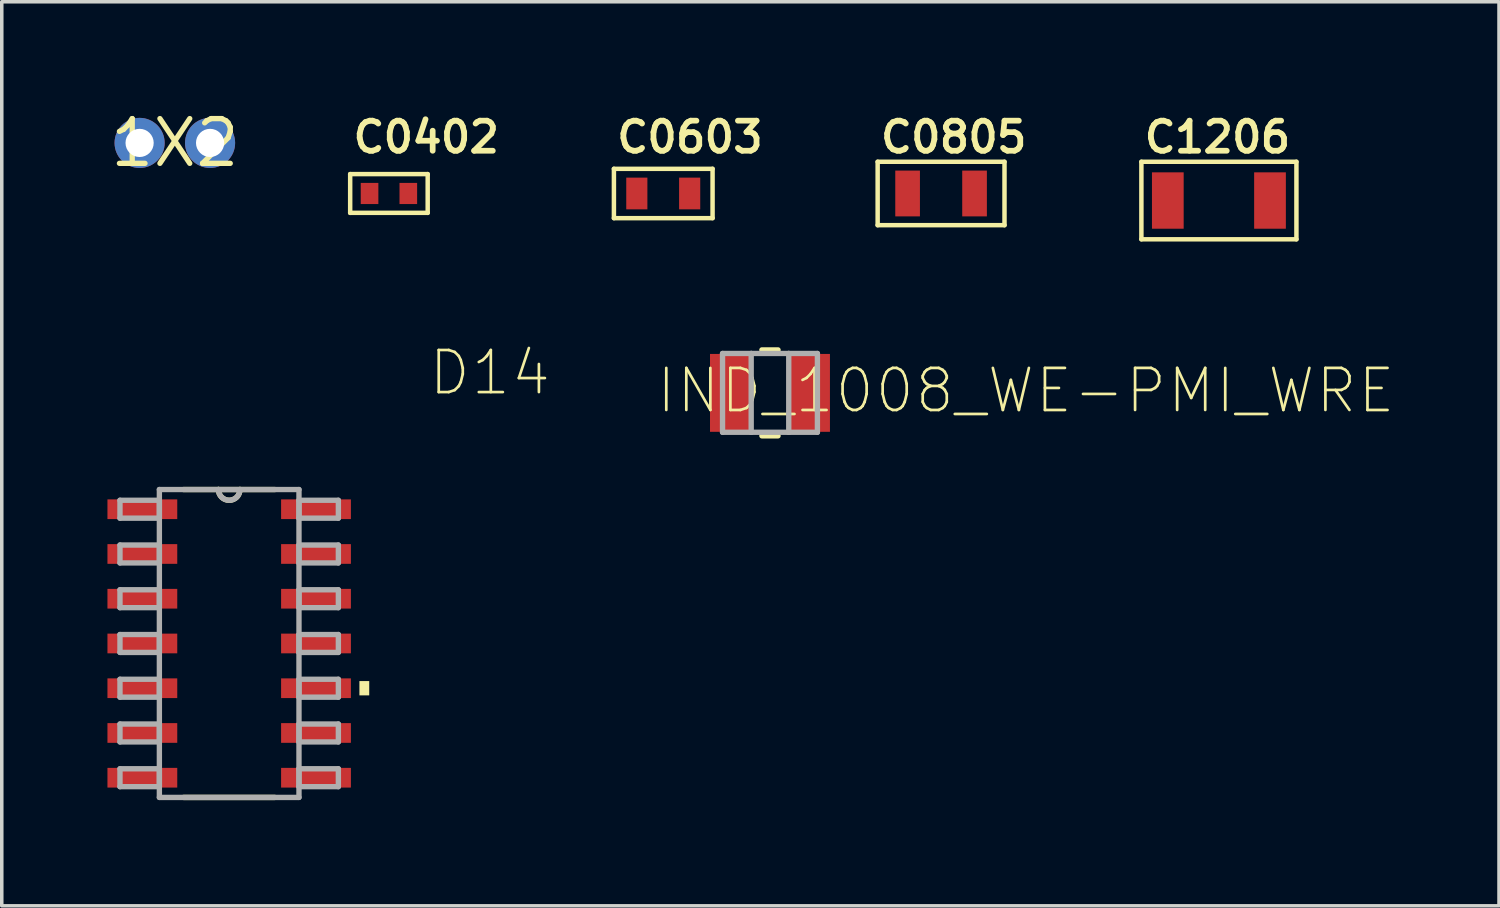
<source format=kicad_pcb>
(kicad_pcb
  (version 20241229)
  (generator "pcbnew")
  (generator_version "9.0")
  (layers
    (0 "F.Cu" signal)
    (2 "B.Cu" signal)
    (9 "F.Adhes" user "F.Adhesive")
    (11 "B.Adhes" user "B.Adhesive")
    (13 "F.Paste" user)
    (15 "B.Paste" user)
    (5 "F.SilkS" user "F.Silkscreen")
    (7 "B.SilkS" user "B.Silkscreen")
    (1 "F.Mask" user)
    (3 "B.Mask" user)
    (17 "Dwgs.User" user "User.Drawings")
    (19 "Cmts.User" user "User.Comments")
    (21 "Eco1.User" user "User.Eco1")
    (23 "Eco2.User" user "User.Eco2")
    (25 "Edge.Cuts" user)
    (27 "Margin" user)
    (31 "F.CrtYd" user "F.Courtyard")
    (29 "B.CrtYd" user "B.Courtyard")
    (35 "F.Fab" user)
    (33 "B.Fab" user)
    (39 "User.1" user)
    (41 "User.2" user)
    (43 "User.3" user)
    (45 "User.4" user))
  (footprint "C0603"
    (layer "F.Cu")
    (at 15.773 2.441)
    (property "Reference" "C0603" (at -1.4 -1.1 0) (unlocked yes) (layer "F.SilkS") (effects (font (size 0.853 0.853) (thickness 0.163)) (justify left bottom)))
    (fp_line (start -1.4 -0.7) (end -1.4 0.7) (stroke (width 0.127) (type solid)) (layer "F.SilkS"))
    (fp_line (start -1.4 0.7) (end 1.4 0.7) (stroke (width 0.127) (type solid)) (layer "F.SilkS"))
    (fp_line (start 1.4 -0.7) (end -1.4 -0.7) (stroke (width 0.127) (type solid)) (layer "F.SilkS"))
    (fp_line (start 1.4 0.7) (end 1.4 -0.7) (stroke (width 0.127) (type solid)) (layer "F.SilkS"))
    (pad "P$1" smd rect (at -0.75 0 180) (size 0.6 0.9) (layers "F.Cu" "F.Mask" "F.Paste"))
    (pad "P$2" smd rect (at 0.75 0 180) (size 0.6 0.9) (layers "F.Cu" "F.Mask" "F.Paste")))
  (footprint "IND_1008_WE-PMI_WRE"
    (layer "F.Cu")
    (at 18.802 8.1)
    (property "Reference" "IND_1008_WE-PMI_WRE" (at -3.277 0.635 0) (unlocked yes) (layer "F.SilkS") (effects (font (size 1.194 1.194) (thickness 0.076)) (justify left bottom)))
    (fp_line (start -0.229 1.219) (end 0.229 1.219) (stroke (width 0.152) (type solid)) (layer "F.SilkS"))
    (fp_line (start 0.229 -1.219) (end -0.229 -1.219) (stroke (width 0.152) (type solid)) (layer "F.SilkS"))
    (fp_line (start -1.346 -1.118) (end -1.346 1.118) (stroke (width 0.152) (type solid)) (layer "F.Fab"))
    (fp_line (start -1.346 1.118) (end -0.533 1.118) (stroke (width 0.152) (type solid)) (layer "F.Fab"))
    (fp_line (start -0.533 -1.118) (end -1.346 -1.118) (stroke (width 0.152) (type solid)) (layer "F.Fab"))
    (fp_line (start -0.533 1.118) (end -0.533 -1.118) (stroke (width 0.152) (type solid)) (layer "F.Fab"))
    (fp_line (start -0.533 1.118) (end 0.533 1.118) (stroke (width 0.152) (type solid)) (layer "F.Fab"))
    (fp_line (start 0.533 -1.118) (end -0.533 -1.118) (stroke (width 0.152) (type solid)) (layer "F.Fab"))
    (fp_line (start 0.533 -1.118) (end 0.533 1.118) (stroke (width 0.152) (type solid)) (layer "F.Fab"))
    (fp_line (start 0.533 1.118) (end 1.346 1.118) (stroke (width 0.152) (type solid)) (layer "F.Fab"))
    (fp_line (start 1.346 -1.118) (end 0.533 -1.118) (stroke (width 0.152) (type solid)) (layer "F.Fab"))
    (fp_line (start 1.346 1.118) (end 1.346 -1.118) (stroke (width 0.152) (type solid)) (layer "F.Fab"))
    (pad "1" smd rect (at -1.118 0) (size 1.168 2.21) (layers "F.Cu" "F.Mask" "F.Paste"))
    (pad "2" smd rect (at 1.118 0) (size 1.168 2.21) (layers "F.Cu" "F.Mask" "F.Paste")))
  (footprint "C0402"
    (layer "F.Cu")
    (at 7.988 2.441)
    (property "Reference" "C0402" (at -1.1 -1.1 0) (unlocked yes) (layer "F.SilkS") (effects (font (size 0.853 0.853) (thickness 0.163)) (justify left bottom)))
    (fp_line (start -1.1 -0.55) (end -1.1 0.55) (stroke (width 0.127) (type solid)) (layer "F.SilkS"))
    (fp_line (start -1.1 0.55) (end 1.1 0.55) (stroke (width 0.127) (type solid)) (layer "F.SilkS"))
    (fp_line (start 1.1 -0.55) (end -1.1 -0.55) (stroke (width 0.127) (type solid)) (layer "F.SilkS"))
    (fp_line (start 1.1 0.55) (end 1.1 -0.55) (stroke (width 0.127) (type solid)) (layer "F.SilkS"))
    (pad "P$1" smd rect (at -0.55 0 180) (size 0.5 0.6) (layers "F.Cu" "F.Mask" "F.Paste"))
    (pad "P$2" smd rect (at 0.55 0 180) (size 0.5 0.6) (layers "F.Cu" "F.Mask" "F.Paste")))
  (footprint "C1206"
    (layer "F.Cu")
    (at 31.543 2.641)
    (property "Reference" "C1206" (at -2.2 -1.3 0) (unlocked yes) (layer "F.SilkS") (effects (font (size 0.853 0.853) (thickness 0.163)) (justify left bottom)))
    (fp_line (start -2.2 -1.1) (end -2.2 1.1) (stroke (width 0.127) (type solid)) (layer "F.SilkS"))
    (fp_line (start -2.2 1.1) (end 2.2 1.1) (stroke (width 0.127) (type solid)) (layer "F.SilkS"))
    (fp_line (start 2.2 -1.1) (end -2.2 -1.1) (stroke (width 0.127) (type solid)) (layer "F.SilkS"))
    (fp_line (start 2.2 1.1) (end 2.2 -1.1) (stroke (width 0.127) (type solid)) (layer "F.SilkS"))
    (pad "P$1" smd rect (at -1.45 0 180) (size 0.9 1.6) (layers "F.Cu" "F.Mask" "F.Paste"))
    (pad "P$2" smd rect (at 1.45 0 180) (size 0.9 1.6) (layers "F.Cu" "F.Mask" "F.Paste")))
  (footprint "C0805"
    (layer "F.Cu")
    (at 23.658 2.441)
    (property "Reference" "C0805" (at -1.8 -1.1 0) (unlocked yes) (layer "F.SilkS") (effects (font (size 0.853 0.853) (thickness 0.163)) (justify left bottom)))
    (fp_line (start -1.8 -0.9) (end -1.8 0.9) (stroke (width 0.127) (type solid)) (layer "F.SilkS"))
    (fp_line (start -1.8 0.9) (end 1.8 0.9) (stroke (width 0.127) (type solid)) (layer "F.SilkS"))
    (fp_line (start 1.8 -0.9) (end -1.8 -0.9) (stroke (width 0.127) (type solid)) (layer "F.SilkS"))
    (fp_line (start 1.8 0.9) (end 1.8 -0.9) (stroke (width 0.127) (type solid)) (layer "F.SilkS"))
    (pad "P$1" smd rect (at -0.95 0 180) (size 0.7 1.3) (layers "F.Cu" "F.Mask" "F.Paste"))
    (pad "P$2" smd rect (at 0.95 0 180) (size 0.7 1.3) (layers "F.Cu" "F.Mask" "F.Paste")))
  (footprint "1X2"
    (layer "F.Cu")
    (at 1.912 1.006)
    (property "Reference" "1X2" (at 0 0 0) (layer "F.SilkS") (effects (font (size 1.27 1.27) (thickness 0.15))))
    (fp_poly (pts (xy -1.254 0.254) (xy -0.746 0.254) (xy -0.746 -0.254) (xy -1.254 -0.254)) (stroke (width 0) (type default)) (fill yes) (layer "F.SilkS"))
    (fp_poly (pts (xy 0.746 0.254) (xy 1.254 0.254) (xy 1.254 -0.254) (xy 0.746 -0.254)) (stroke (width 0) (type default)) (fill yes) (layer "F.SilkS"))
    (pad "1" thru_hole circle (at -1 0) (size 1.422 1.422) (drill 0.8) (layers "*.Cu" "*.Mask"))
    (pad "2" thru_hole circle (at 1 0) (size 1.422 1.422) (drill 0.8) (layers "*.Cu" "*.Mask")))
  (footprint "D14"
    (layer "F.Cu")
    (at 3.454 15.212)
    (property "Reference" "D14" (at 5.613 -6.985 0) (unlocked yes) (layer "F.SilkS") (effects (font (size 1.194 1.194) (thickness 0.076)) (justify left bottom)))
    (fp_line (start -1.295 4.369) (end 1.295 4.369) (stroke (width 0.152) (type solid)) (layer "F.SilkS"))
    (fp_line (start -0.305 -4.369) (end -1.295 -4.369) (stroke (width 0.152) (type solid)) (layer "F.SilkS"))
    (fp_line (start 0.305 -4.369) (end -0.305 -4.369) (stroke (width 0.152) (type solid)) (layer "F.SilkS"))
    (fp_line (start 1.295 -4.369) (end 0.305 -4.369) (stroke (width 0.152) (type solid)) (layer "F.SilkS"))
    (fp_arc (start 0.3048 -4.3688) (mid 0 -4.064) (end -0.3048 -4.3688) (stroke (width 0.1524) (type solid)) (layer "F.SilkS"))
    (fp_poly (pts (xy 3.975 1.473) (xy 3.696 1.473) (xy 3.696 1.067) (xy 3.975 1.067)) (stroke (width 0) (type default)) (fill yes) (layer "F.SilkS"))
    (fp_line (start -3.099 -4.064) (end -3.099 -3.556) (stroke (width 0.152) (type solid)) (layer "F.Fab"))
    (fp_line (start -3.099 -3.556) (end -1.981 -3.556) (stroke (width 0.152) (type solid)) (layer "F.Fab"))
    (fp_line (start -3.099 -2.794) (end -3.099 -2.286) (stroke (width 0.152) (type solid)) (layer "F.Fab"))
    (fp_line (start -3.099 -2.286) (end -1.981 -2.286) (stroke (width 0.152) (type solid)) (layer "F.Fab"))
    (fp_line (start -3.099 -1.524) (end -3.099 -1.016) (stroke (width 0.152) (type solid)) (layer "F.Fab"))
    (fp_line (start -3.099 -1.016) (end -1.981 -1.016) (stroke (width 0.152) (type solid)) (layer "F.Fab"))
    (fp_line (start -3.099 -0.254) (end -3.099 0.254) (stroke (width 0.152) (type solid)) (layer "F.Fab"))
    (fp_line (start -3.099 0.254) (end -1.981 0.254) (stroke (width 0.152) (type solid)) (layer "F.Fab"))
    (fp_line (start -3.099 1.016) (end -3.099 1.524) (stroke (width 0.152) (type solid)) (layer "F.Fab"))
    (fp_line (start -3.099 1.524) (end -1.981 1.524) (stroke (width 0.152) (type solid)) (layer "F.Fab"))
    (fp_line (start -3.099 2.286) (end -3.099 2.794) (stroke (width 0.152) (type solid)) (layer "F.Fab"))
    (fp_line (start -3.099 2.794) (end -1.981 2.794) (stroke (width 0.152) (type solid)) (layer "F.Fab"))
    (fp_line (start -3.099 3.556) (end -3.099 4.064) (stroke (width 0.152) (type solid)) (layer "F.Fab"))
    (fp_line (start -3.099 4.064) (end -1.981 4.064) (stroke (width 0.152) (type solid)) (layer "F.Fab"))
    (fp_line (start -1.981 -4.369) (end -1.981 4.369) (stroke (width 0.152) (type solid)) (layer "F.Fab"))
    (fp_line (start -1.981 -4.064) (end -3.099 -4.064) (stroke (width 0.152) (type solid)) (layer "F.Fab"))
    (fp_line (start -1.981 -3.556) (end -1.981 -4.064) (stroke (width 0.152) (type solid)) (layer "F.Fab"))
    (fp_line (start -1.981 -2.794) (end -3.099 -2.794) (stroke (width 0.152) (type solid)) (layer "F.Fab"))
    (fp_line (start -1.981 -2.286) (end -1.981 -2.794) (stroke (width 0.152) (type solid)) (layer "F.Fab"))
    (fp_line (start -1.981 -1.524) (end -3.099 -1.524) (stroke (width 0.152) (type solid)) (layer "F.Fab"))
    (fp_line (start -1.981 -1.016) (end -1.981 -1.524) (stroke (width 0.152) (type solid)) (layer "F.Fab"))
    (fp_line (start -1.981 -0.254) (end -3.099 -0.254) (stroke (width 0.152) (type solid)) (layer "F.Fab"))
    (fp_line (start -1.981 0.254) (end -1.981 -0.254) (stroke (width 0.152) (type solid)) (layer "F.Fab"))
    (fp_line (start -1.981 1.016) (end -3.099 1.016) (stroke (width 0.152) (type solid)) (layer "F.Fab"))
    (fp_line (start -1.981 1.524) (end -1.981 1.016) (stroke (width 0.152) (type solid)) (layer "F.Fab"))
    (fp_line (start -1.981 2.286) (end -3.099 2.286) (stroke (width 0.152) (type solid)) (layer "F.Fab"))
    (fp_line (start -1.981 2.794) (end -1.981 2.286) (stroke (width 0.152) (type solid)) (layer "F.Fab"))
    (fp_line (start -1.981 3.556) (end -3.099 3.556) (stroke (width 0.152) (type solid)) (layer "F.Fab"))
    (fp_line (start -1.981 4.064) (end -1.981 3.556) (stroke (width 0.152) (type solid)) (layer "F.Fab"))
    (fp_line (start -1.981 4.369) (end 1.981 4.369) (stroke (width 0.152) (type solid)) (layer "F.Fab"))
    (fp_line (start -0.305 -4.369) (end -1.981 -4.369) (stroke (width 0.152) (type solid)) (layer "F.Fab"))
    (fp_line (start 0.305 -4.369) (end -0.305 -4.369) (stroke (width 0.152) (type solid)) (layer "F.Fab"))
    (fp_line (start 1.981 -4.369) (end 0.305 -4.369) (stroke (width 0.152) (type solid)) (layer "F.Fab"))
    (fp_line (start 1.981 -4.064) (end 1.981 -3.556) (stroke (width 0.152) (type solid)) (layer "F.Fab"))
    (fp_line (start 1.981 -3.556) (end 3.099 -3.556) (stroke (width 0.152) (type solid)) (layer "F.Fab"))
    (fp_line (start 1.981 -2.794) (end 1.981 -2.286) (stroke (width 0.152) (type solid)) (layer "F.Fab"))
    (fp_line (start 1.981 -2.286) (end 3.099 -2.286) (stroke (width 0.152) (type solid)) (layer "F.Fab"))
    (fp_line (start 1.981 -1.524) (end 1.981 -1.016) (stroke (width 0.152) (type solid)) (layer "F.Fab"))
    (fp_line (start 1.981 -1.016) (end 3.099 -1.016) (stroke (width 0.152) (type solid)) (layer "F.Fab"))
    (fp_line (start 1.981 -0.254) (end 1.981 0.254) (stroke (width 0.152) (type solid)) (layer "F.Fab"))
    (fp_line (start 1.981 0.254) (end 3.099 0.254) (stroke (width 0.152) (type solid)) (layer "F.Fab"))
    (fp_line (start 1.981 1.016) (end 1.981 1.524) (stroke (width 0.152) (type solid)) (layer "F.Fab"))
    (fp_line (start 1.981 1.524) (end 3.099 1.524) (stroke (width 0.152) (type solid)) (layer "F.Fab"))
    (fp_line (start 1.981 2.286) (end 1.981 2.794) (stroke (width 0.152) (type solid)) (layer "F.Fab"))
    (fp_line (start 1.981 2.794) (end 3.099 2.794) (stroke (width 0.152) (type solid)) (layer "F.Fab"))
    (fp_line (start 1.981 3.556) (end 1.981 4.064) (stroke (width 0.152) (type solid)) (layer "F.Fab"))
    (fp_line (start 1.981 4.064) (end 3.099 4.064) (stroke (width 0.152) (type solid)) (layer "F.Fab"))
    (fp_line (start 1.981 4.369) (end 1.981 -4.369) (stroke (width 0.152) (type solid)) (layer "F.Fab"))
    (fp_line (start 3.099 -4.064) (end 1.981 -4.064) (stroke (width 0.152) (type solid)) (layer "F.Fab"))
    (fp_line (start 3.099 -3.556) (end 3.099 -4.064) (stroke (width 0.152) (type solid)) (layer "F.Fab"))
    (fp_line (start 3.099 -2.794) (end 1.981 -2.794) (stroke (width 0.152) (type solid)) (layer "F.Fab"))
    (fp_line (start 3.099 -2.286) (end 3.099 -2.794) (stroke (width 0.152) (type solid)) (layer "F.Fab"))
    (fp_line (start 3.099 -1.524) (end 1.981 -1.524) (stroke (width 0.152) (type solid)) (layer "F.Fab"))
    (fp_line (start 3.099 -1.016) (end 3.099 -1.524) (stroke (width 0.152) (type solid)) (layer "F.Fab"))
    (fp_line (start 3.099 -0.254) (end 1.981 -0.254) (stroke (width 0.152) (type solid)) (layer "F.Fab"))
    (fp_line (start 3.099 0.254) (end 3.099 -0.254) (stroke (width 0.152) (type solid)) (layer "F.Fab"))
    (fp_line (start 3.099 1.016) (end 1.981 1.016) (stroke (width 0.152) (type solid)) (layer "F.Fab"))
    (fp_line (start 3.099 1.524) (end 3.099 1.016) (stroke (width 0.152) (type solid)) (layer "F.Fab"))
    (fp_line (start 3.099 2.286) (end 1.981 2.286) (stroke (width 0.152) (type solid)) (layer "F.Fab"))
    (fp_line (start 3.099 2.794) (end 3.099 2.286) (stroke (width 0.152) (type solid)) (layer "F.Fab"))
    (fp_line (start 3.099 3.556) (end 1.981 3.556) (stroke (width 0.152) (type solid)) (layer "F.Fab"))
    (fp_line (start 3.099 4.064) (end 3.099 3.556) (stroke (width 0.152) (type solid)) (layer "F.Fab"))
    (fp_arc (start 0.3048 -4.3688) (mid 0 -4.064) (end -0.3048 -4.3688) (stroke (width 0.1524) (type solid)) (layer "F.Fab"))
    (pad "1" smd rect (at -2.464 -3.81) (size 1.981 0.559) (layers "F.Cu" "F.Mask" "F.Paste"))
    (pad "2" smd rect (at -2.464 -2.54) (size 1.981 0.559) (layers "F.Cu" "F.Mask" "F.Paste"))
    (pad "3" smd rect (at -2.464 -1.27) (size 1.981 0.559) (layers "F.Cu" "F.Mask" "F.Paste"))
    (pad "4" smd rect (at -2.464 0) (size 1.981 0.559) (layers "F.Cu" "F.Mask" "F.Paste"))
    (pad "5" smd rect (at -2.464 1.27) (size 1.981 0.559) (layers "F.Cu" "F.Mask" "F.Paste"))
    (pad "6" smd rect (at -2.464 2.54) (size 1.981 0.559) (layers "F.Cu" "F.Mask" "F.Paste"))
    (pad "7" smd rect (at -2.464 3.81) (size 1.981 0.559) (layers "F.Cu" "F.Mask" "F.Paste"))
    (pad "8" smd rect (at 2.464 3.81) (size 1.981 0.559) (layers "F.Cu" "F.Mask" "F.Paste"))
    (pad "9" smd rect (at 2.464 2.54) (size 1.981 0.559) (layers "F.Cu" "F.Mask" "F.Paste"))
    (pad "10" smd rect (at 2.464 1.27) (size 1.981 0.559) (layers "F.Cu" "F.Mask" "F.Paste"))
    (pad "11" smd rect (at 2.464 0) (size 1.981 0.559) (layers "F.Cu" "F.Mask" "F.Paste"))
    (pad "12" smd rect (at 2.464 -1.27) (size 1.981 0.559) (layers "F.Cu" "F.Mask" "F.Paste"))
    (pad "13" smd rect (at 2.464 -2.54) (size 1.981 0.559) (layers "F.Cu" "F.Mask" "F.Paste"))
    (pad "14" smd rect (at 2.464 -3.81) (size 1.981 0.559) (layers "F.Cu" "F.Mask" "F.Paste")))
  (gr_rect
    (start -3 -3)
    (end 39.492 22.657)
    (stroke (width 0.1) (type default))
    (fill no)
    (layer "Edge.Cuts")))
</source>
